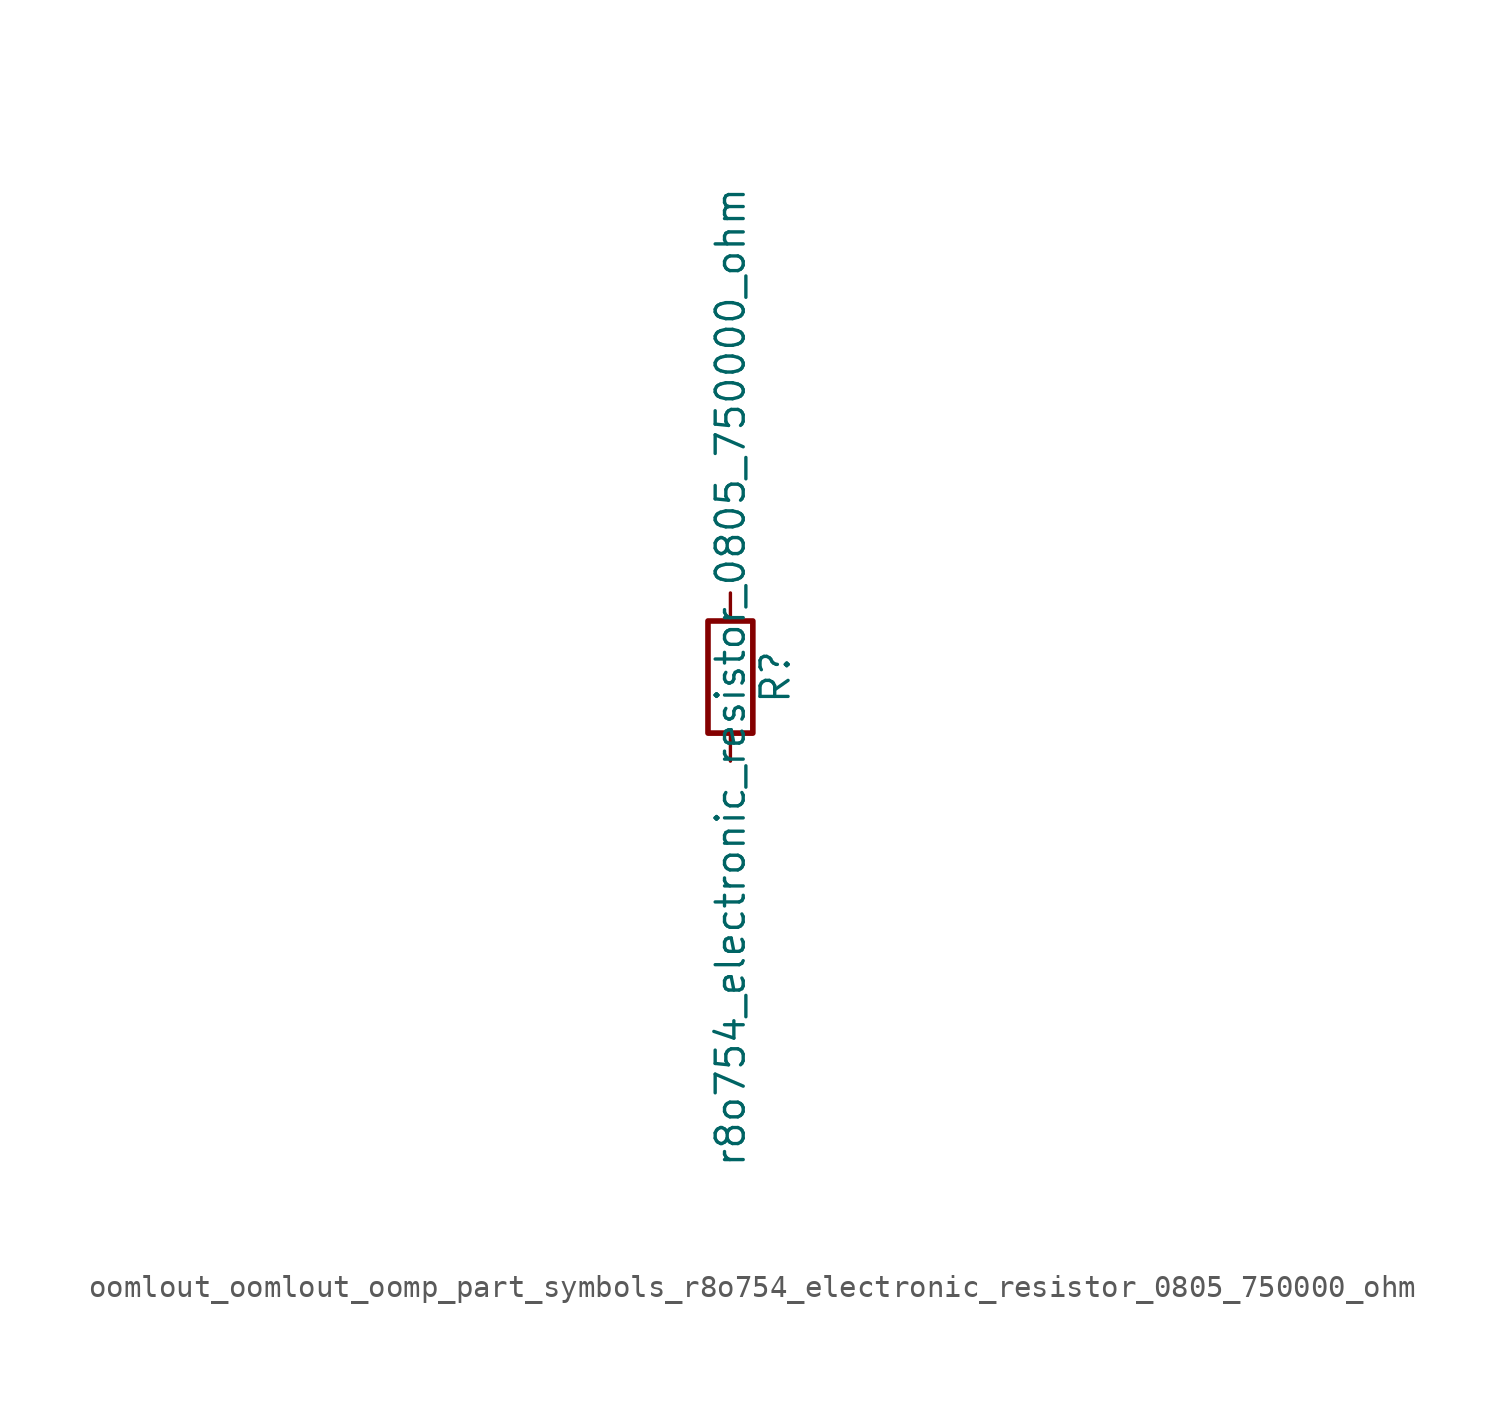
<source format=kicad_sym>
(kicad_symbol_lib
  (version 20220914)
  (generator kicad_symbol_editor)
  (symbol "oomlout_oomlout_oomp_part_symbols_r8o754_electronic_resistor_0805_750000_ohm"
    (pin_numbers hide)
    (pin_names
      (offset 0))
    (property "Reference" "R"
      (at 2.032 0 90)
      (effects (font (size 1.27 1.27))))
    (property "Value" "r8o754_electronic_resistor_0805_750000_ohm"
      (at 0 0 90)
      (effects (font (size 1.27 1.27))))
    (symbol "oomlout_oomlout_oomp_part_symbols_r8o754_electronic_resistor_0805_750000_ohm_0_1"
      (rectangle (start -1.016 -2.54) (end 1.016 2.54) (stroke (width 0.254) (type default)) (fill (type none))))
    (symbol "oomlout_oomlout_oomp_part_symbols_r8o754_electronic_resistor_0805_750000_ohm_1_1"
      (pin passive line (at 0 3.81 270) (length 1.27) (name "~" (effects (font (size 1.27 1.27)))) (number "1" (effects (font (size 1.27 1.27)))))
      (pin passive line (at 0 -3.81 90) (length 1.27) (name "~" (effects (font (size 1.27 1.27)))) (number "2" (effects (font (size 1.27 1.27))))))))
</source>
